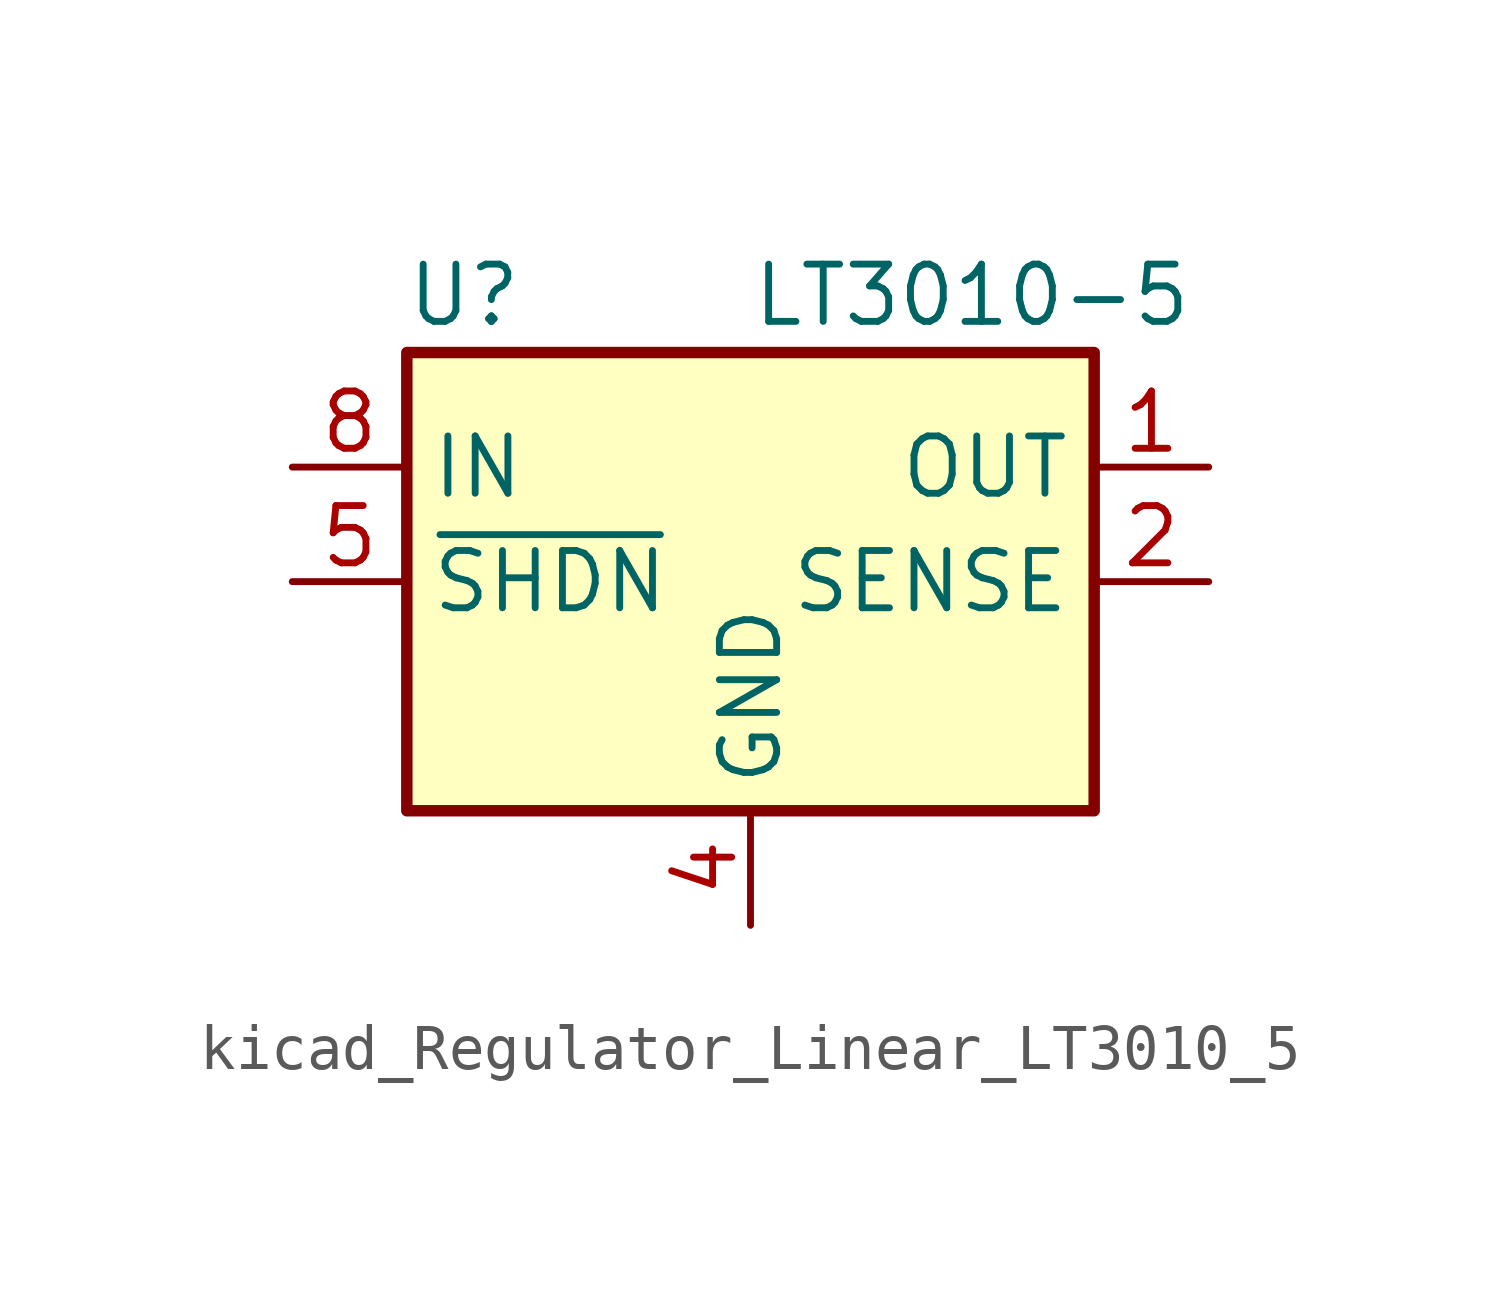
<source format=kicad_sym>
(kicad_symbol_lib
  (version 20220914)
  (generator kicad_symbol_editor)
  (symbol "kicad_Regulator_Linear_LT3010_5"
    (property "Reference" "U"
      (at -6.35 6.35 0)
      (effects (font (size 1.27 1.27))))
    (property "Value" "LT3010-5"
      (at 0 6.35 0)
      (effects (font (size 1.27 1.27)) (justify left)))
    (symbol "kicad_Regulator_Linear_LT3010_5_0_1"
      (rectangle (start -7.62 5.08) (end 7.62 -5.08) (stroke (width 0.254) (type default)) (fill (type background))))
    (symbol "kicad_Regulator_Linear_LT3010_5_1_1"
      (pin power_out line (at 10.16 2.54 180) (length 2.54) (name "OUT" (effects (font (size 1.27 1.27)))) (number "1" (effects (font (size 1.27 1.27)))))
      (pin passive line (at 10.16 0 180) (length 2.54) (name "SENSE" (effects (font (size 1.27 1.27)))) (number "2" (effects (font (size 1.27 1.27)))))
      (pin no_connect line (at -7.62 -2.54 0) (length 2.54) hide (name "NC" (effects (font (size 1.27 1.27)))) (number "3" (effects (font (size 1.27 1.27)))))
      (pin power_in line (at 0 -7.62 90) (length 2.54) (name "GND" (effects (font (size 1.27 1.27)))) (number "4" (effects (font (size 1.27 1.27)))))
      (pin input line (at -10.16 0 0) (length 2.54) (name "~{SHDN}" (effects (font (size 1.27 1.27)))) (number "5" (effects (font (size 1.27 1.27)))))
      (pin no_connect line (at 7.62 -2.54 180) (length 2.54) hide (name "NC" (effects (font (size 1.27 1.27)))) (number "6" (effects (font (size 1.27 1.27)))))
      (pin no_connect line (at 2.54 -5.08 90) (length 2.54) hide (name "NC" (effects (font (size 1.27 1.27)))) (number "7" (effects (font (size 1.27 1.27)))))
      (pin power_in line (at -10.16 2.54 0) (length 2.54) (name "IN" (effects (font (size 1.27 1.27)))) (number "8" (effects (font (size 1.27 1.27)))))
      (pin passive line (at 0 -7.62 90) (length 2.54) hide (name "GND" (effects (font (size 1.27 1.27)))) (number "9" (effects (font (size 1.27 1.27))))))))
</source>
